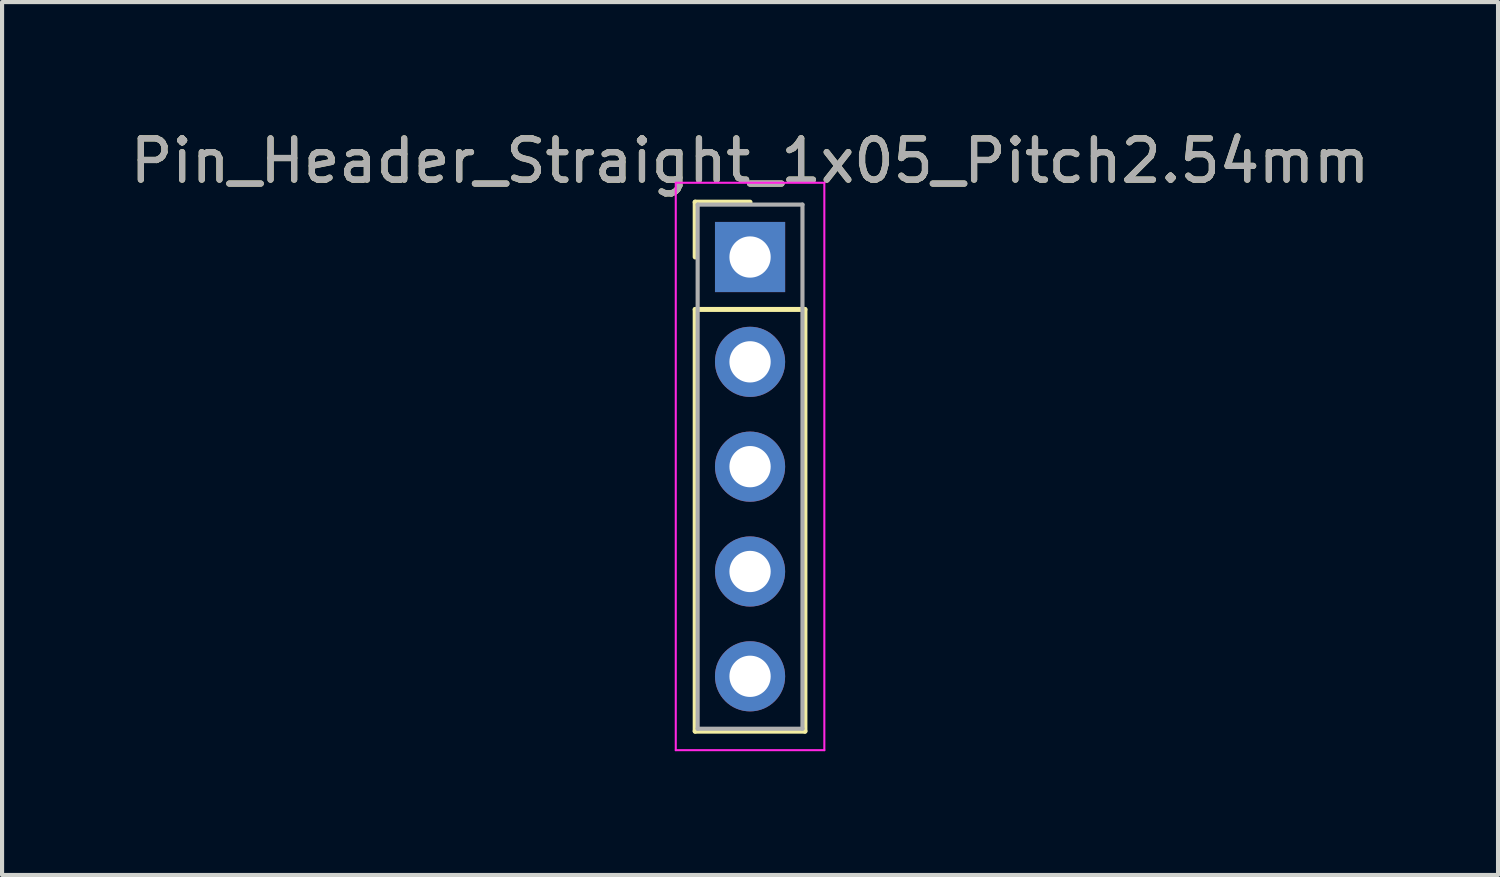
<source format=kicad_pcb>
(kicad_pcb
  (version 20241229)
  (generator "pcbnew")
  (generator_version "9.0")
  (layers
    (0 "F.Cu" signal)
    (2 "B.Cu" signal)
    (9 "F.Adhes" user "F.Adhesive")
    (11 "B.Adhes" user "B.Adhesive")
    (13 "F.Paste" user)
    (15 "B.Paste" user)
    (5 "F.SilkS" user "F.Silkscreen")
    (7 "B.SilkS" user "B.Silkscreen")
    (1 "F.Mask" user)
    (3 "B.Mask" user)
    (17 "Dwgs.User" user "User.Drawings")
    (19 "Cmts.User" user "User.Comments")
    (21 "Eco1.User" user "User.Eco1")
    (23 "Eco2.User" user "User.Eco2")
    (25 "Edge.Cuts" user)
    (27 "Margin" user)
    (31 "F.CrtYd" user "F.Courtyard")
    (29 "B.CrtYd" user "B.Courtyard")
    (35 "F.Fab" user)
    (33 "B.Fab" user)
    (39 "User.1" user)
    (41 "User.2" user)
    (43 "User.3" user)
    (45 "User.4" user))
  (footprint "Pin_Header_Straight_1x05_Pitch2.54mm"
    (layer "F.Cu")
    (at 15.125 3.178)
    (property "Reference" "Pin_Header_Straight_1x05_Pitch2.54mm" (at 0 -2.33 0) (layer "F.SilkS") (effects (font (size 1 1) (thickness 0.15))))
    (attr through_hole)
    (fp_line (start -1.33 -1.33) (end 0 -1.33) (stroke (width 0.12) (type solid)) (layer "F.SilkS"))
    (fp_line (start -1.33 0) (end -1.33 -1.33) (stroke (width 0.12) (type solid)) (layer "F.SilkS"))
    (fp_line (start -1.33 1.27) (end -1.33 11.49) (stroke (width 0.12) (type solid)) (layer "F.SilkS"))
    (fp_line (start -1.33 11.49) (end 1.33 11.49) (stroke (width 0.12) (type solid)) (layer "F.SilkS"))
    (fp_line (start 1.33 1.27) (end -1.33 1.27) (stroke (width 0.12) (type solid)) (layer "F.SilkS"))
    (fp_line (start 1.33 11.49) (end 1.33 1.27) (stroke (width 0.12) (type solid)) (layer "F.SilkS"))
    (fp_line (start -1.8 -1.8) (end -1.8 11.95) (stroke (width 0.05) (type solid)) (layer "F.CrtYd"))
    (fp_line (start -1.8 11.95) (end 1.8 11.95) (stroke (width 0.05) (type solid)) (layer "F.CrtYd"))
    (fp_line (start 1.8 -1.8) (end -1.8 -1.8) (stroke (width 0.05) (type solid)) (layer "F.CrtYd"))
    (fp_line (start 1.8 11.95) (end 1.8 -1.8) (stroke (width 0.05) (type solid)) (layer "F.CrtYd"))
    (fp_line (start -1.27 -1.27) (end -1.27 11.43) (stroke (width 0.1) (type solid)) (layer "F.Fab"))
    (fp_line (start -1.27 11.43) (end 1.27 11.43) (stroke (width 0.1) (type solid)) (layer "F.Fab"))
    (fp_line (start 1.27 -1.27) (end -1.27 -1.27) (stroke (width 0.1) (type solid)) (layer "F.Fab"))
    (fp_line (start 1.27 11.43) (end 1.27 -1.27) (stroke (width 0.1) (type solid)) (layer "F.Fab"))
    (fp_text user "${REFERENCE}" (at 0 -2.33 0) (layer "F.Fab") (effects (font (size 1 1) (thickness 0.15))))
    (pad "1" thru_hole rect (at 0 0) (size 1.7 1.7) (drill 1) (layers "*.Cu" "*.Mask"))
    (pad "2" thru_hole oval (at 0 2.54) (size 1.7 1.7) (drill 1) (layers "*.Cu" "*.Mask"))
    (pad "3" thru_hole oval (at 0 5.08) (size 1.7 1.7) (drill 1) (layers "*.Cu" "*.Mask"))
    (pad "4" thru_hole oval (at 0 7.62) (size 1.7 1.7) (drill 1) (layers "*.Cu" "*.Mask"))
    (pad "5" thru_hole oval (at 0 10.16) (size 1.7 1.7) (drill 1) (layers "*.Cu" "*.Mask")))
  (gr_rect
    (start -3 -3)
    (end 33.25 18.153)
    (stroke (width 0.1) (type default))
    (fill no)
    (layer "Edge.Cuts")))
</source>
